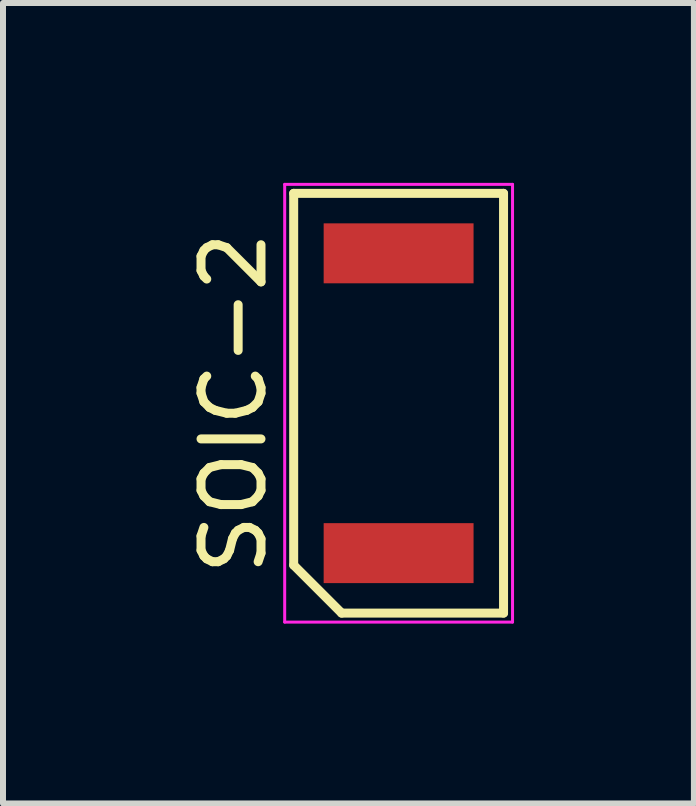
<source format=kicad_pcb>
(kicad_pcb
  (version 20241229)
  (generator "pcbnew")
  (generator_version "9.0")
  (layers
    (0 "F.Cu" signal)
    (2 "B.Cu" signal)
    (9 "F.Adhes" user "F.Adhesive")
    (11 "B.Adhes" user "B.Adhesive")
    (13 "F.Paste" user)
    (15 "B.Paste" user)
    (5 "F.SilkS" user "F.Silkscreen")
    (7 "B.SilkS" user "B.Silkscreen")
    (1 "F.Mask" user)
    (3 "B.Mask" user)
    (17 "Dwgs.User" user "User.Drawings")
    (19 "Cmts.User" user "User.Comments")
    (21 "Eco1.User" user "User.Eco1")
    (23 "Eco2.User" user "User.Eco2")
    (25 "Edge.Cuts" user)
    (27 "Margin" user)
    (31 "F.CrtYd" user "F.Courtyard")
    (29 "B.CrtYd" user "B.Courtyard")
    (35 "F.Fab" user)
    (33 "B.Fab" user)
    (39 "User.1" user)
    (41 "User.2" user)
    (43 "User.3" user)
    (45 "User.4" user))
  (footprint "SOIC-2"
    (layer "F.Cu")
    (at 3.598 3.675)
    (property "Reference" "SOIC-2" (at -2.75 0 90) (layer "F.SilkS") (effects (font (size 1 1) (thickness 0.15))))
    (attr smd)
    (fp_line (start -1.75 -3.5) (end 1.75 -3.5) (stroke (width 0.15) (type solid)) (layer "F.SilkS"))
    (fp_line (start -1.75 2.7) (end -1.75 -3.5) (stroke (width 0.15) (type solid)) (layer "F.SilkS"))
    (fp_line (start -0.95 3.5) (end -1.75 2.7) (stroke (width 0.15) (type solid)) (layer "F.SilkS"))
    (fp_line (start 1.75 -3.5) (end 1.75 3.5) (stroke (width 0.15) (type solid)) (layer "F.SilkS"))
    (fp_line (start 1.75 3.5) (end -0.95 3.5) (stroke (width 0.15) (type solid)) (layer "F.SilkS"))
    (fp_line (start -1.9 -3.65) (end 1.9 -3.65) (stroke (width 0.05) (type solid)) (layer "F.CrtYd"))
    (fp_line (start -1.9 3.65) (end -1.9 -3.65) (stroke (width 0.05) (type solid)) (layer "F.CrtYd"))
    (fp_line (start 1.9 -3.65) (end 1.9 3.65) (stroke (width 0.05) (type solid)) (layer "F.CrtYd"))
    (fp_line (start 1.9 3.65) (end -1.9 3.65) (stroke (width 0.05) (type solid)) (layer "F.CrtYd"))
    (pad "1" smd rect (at 0 2.5) (size 2.5 1) (layers "F.Cu" "F.Mask" "F.Paste"))
    (pad "2" smd rect (at 0 -2.5) (size 2.5 1) (layers "F.Cu" "F.Mask" "F.Paste")))
  (gr_rect
    (start -3 -3)
    (end 8.523 10.35)
    (stroke (width 0.1) (type default))
    (fill no)
    (layer "Edge.Cuts")))
</source>
